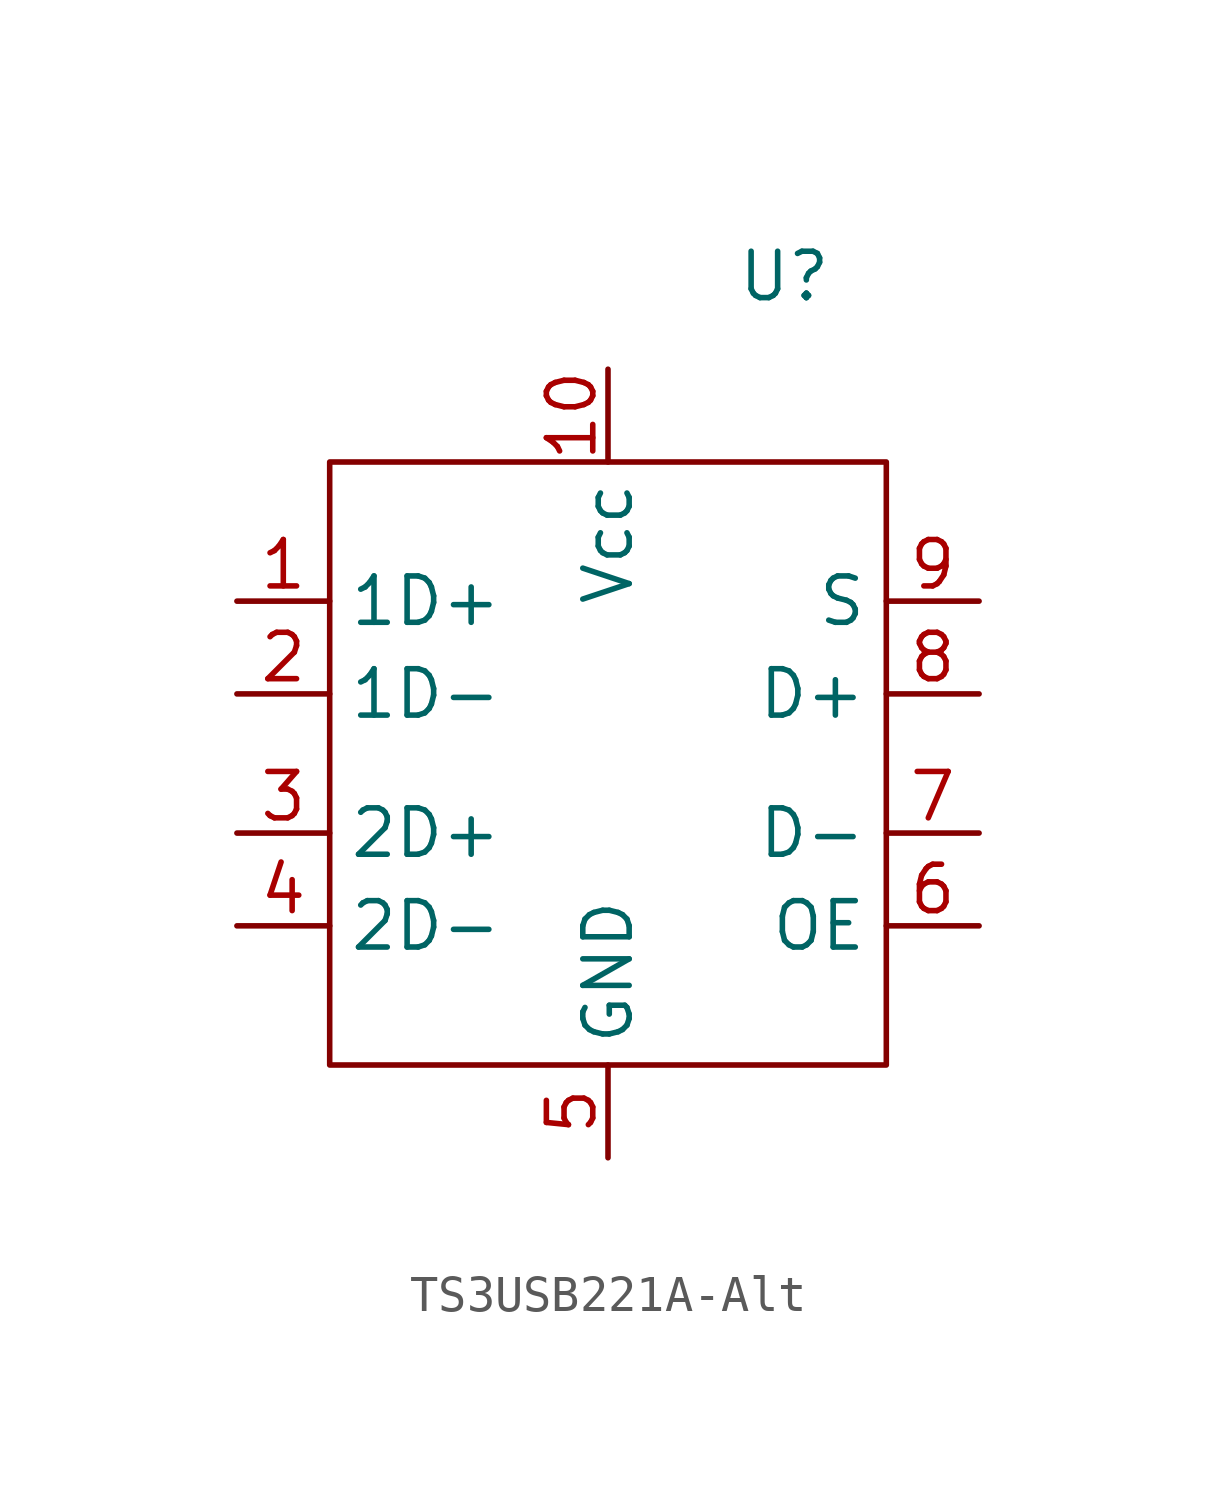
<source format=kicad_sym>
(kicad_symbol_lib
  (version 20231120)
  (generator "kicad_symbol_editor")
  (generator_version "8.0")
  (symbol "TS3USB221A-Alt"
    (property "Reference" "U"
      (at 4.826 6.35 0)
      (effects (font (size 1.27 1.27))))
    (property "Value" ""
      (at 0 0 0)
      (effects (font (size 1.27 1.27))))
    (symbol "TS3USB221A-Alt_0_1"
      (rectangle (start -7.62 1.27) (end 7.62 -15.24) (stroke (width 0) (type default)) (fill (type none))))
    (symbol "TS3USB221A-Alt_1_1"
      (pin bidirectional line (at -10.16 -2.54 0) (length 2.54) (name "1D+" (effects (font (size 1.27 1.27)))) (number "1" (effects (font (size 1.27 1.27)))))
      (pin power_in line (at 0 3.81 270) (length 2.54) (name "Vcc" (effects (font (size 1.27 1.27)))) (number "10" (effects (font (size 1.27 1.27)))))
      (pin bidirectional line (at -10.16 -5.08 0) (length 2.54) (name "1D-" (effects (font (size 1.27 1.27)))) (number "2" (effects (font (size 1.27 1.27)))))
      (pin bidirectional line (at -10.16 -8.89 0) (length 2.54) (name "2D+" (effects (font (size 1.27 1.27)))) (number "3" (effects (font (size 1.27 1.27)))))
      (pin bidirectional line (at -10.16 -11.43 0) (length 2.54) (name "2D-" (effects (font (size 1.27 1.27)))) (number "4" (effects (font (size 1.27 1.27)))))
      (pin power_out line (at 0 -17.78 90) (length 2.54) (name "GND" (effects (font (size 1.27 1.27)))) (number "5" (effects (font (size 1.27 1.27)))))
      (pin bidirectional line (at 10.16 -11.43 180) (length 2.54) (name "OE" (effects (font (size 1.27 1.27)))) (number "6" (effects (font (size 1.27 1.27)))))
      (pin bidirectional line (at 10.16 -8.89 180) (length 2.54) (name "D-" (effects (font (size 1.27 1.27)))) (number "7" (effects (font (size 1.27 1.27)))))
      (pin bidirectional line (at 10.16 -5.08 180) (length 2.54) (name "D+" (effects (font (size 1.27 1.27)))) (number "8" (effects (font (size 1.27 1.27)))))
      (pin bidirectional line (at 10.16 -2.54 180) (length 2.54) (name "S" (effects (font (size 1.27 1.27)))) (number "9" (effects (font (size 1.27 1.27))))))))
</source>
